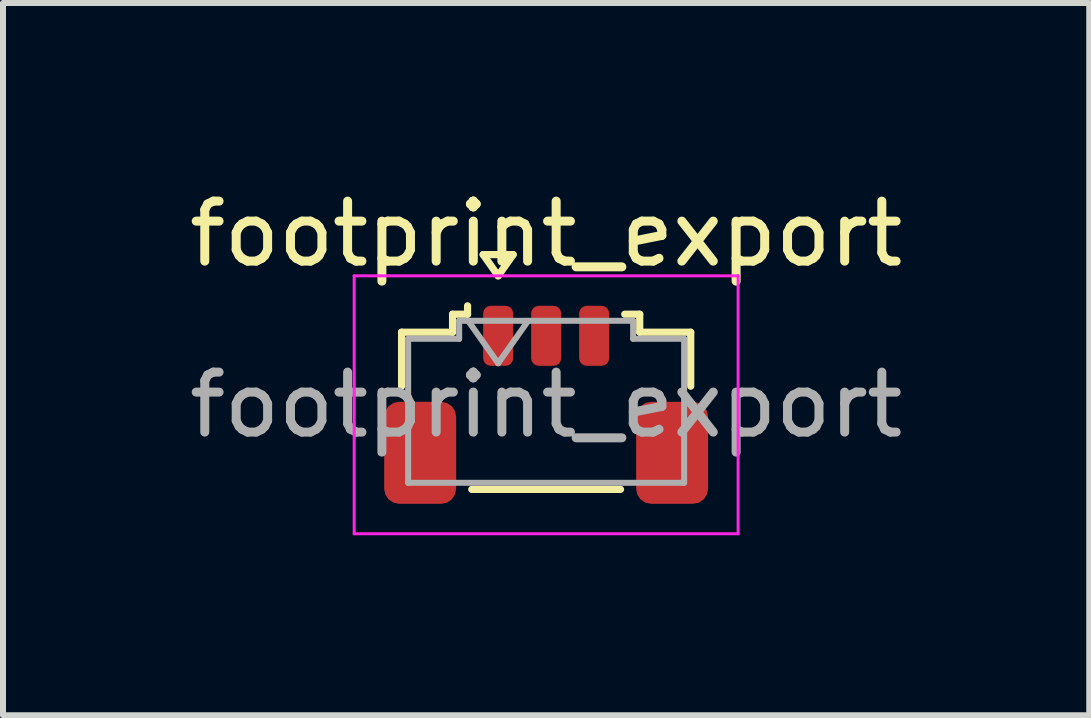
<source format=kicad_pcb>
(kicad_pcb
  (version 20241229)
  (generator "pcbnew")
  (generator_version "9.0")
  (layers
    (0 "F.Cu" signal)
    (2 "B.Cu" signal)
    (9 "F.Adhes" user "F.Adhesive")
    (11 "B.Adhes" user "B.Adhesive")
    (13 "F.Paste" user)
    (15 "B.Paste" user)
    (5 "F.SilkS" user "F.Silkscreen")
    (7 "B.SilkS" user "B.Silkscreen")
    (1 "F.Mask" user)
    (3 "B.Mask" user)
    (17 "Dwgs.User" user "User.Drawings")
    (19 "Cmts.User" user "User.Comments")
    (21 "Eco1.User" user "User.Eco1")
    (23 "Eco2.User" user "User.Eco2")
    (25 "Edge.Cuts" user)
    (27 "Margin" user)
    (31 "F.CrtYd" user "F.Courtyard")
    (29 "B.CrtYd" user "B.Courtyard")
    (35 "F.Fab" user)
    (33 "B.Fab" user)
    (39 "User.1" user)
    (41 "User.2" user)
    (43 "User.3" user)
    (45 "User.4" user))
  (footprint "footprint_export"
    (layer "F.Cu")
    (at 6.054 3.698)
    (property "Reference" "footprint_export" (at 0 -2.85 0) (layer "F.SilkS") (effects (font (size 1 1) (thickness 0.15))))
    (attr smd)
    (fp_line (start -2.41 -1.21) (end -1.56 -1.21) (stroke (width 0.12) (type solid)) (layer "F.SilkS"))
    (fp_line (start -2.41 -0.31) (end -2.41 -1.21) (stroke (width 0.12) (type solid)) (layer "F.SilkS"))
    (fp_line (start -1.56 -1.51) (end -1.31 -1.51) (stroke (width 0.12) (type solid)) (layer "F.SilkS"))
    (fp_line (start -1.56 -1.21) (end -1.56 -1.51) (stroke (width 0.12) (type solid)) (layer "F.SilkS"))
    (fp_line (start -1.31 -1.51) (end -1.31 -1.65) (stroke (width 0.12) (type solid)) (layer "F.SilkS"))
    (fp_line (start -1.24 1.41) (end 1.24 1.41) (stroke (width 0.12) (type solid)) (layer "F.SilkS"))
    (fp_line (start -1.05 -2.504) (end -0.8 -2.15) (stroke (width 0.12) (type solid)) (layer "F.SilkS"))
    (fp_line (start -0.8 -2.15) (end -0.55 -2.504) (stroke (width 0.12) (type solid)) (layer "F.SilkS"))
    (fp_line (start -0.55 -2.504) (end -1.05 -2.504) (stroke (width 0.12) (type solid)) (layer "F.SilkS"))
    (fp_line (start 1.56 -1.51) (end 1.31 -1.51) (stroke (width 0.12) (type solid)) (layer "F.SilkS"))
    (fp_line (start 1.56 -1.21) (end 1.56 -1.51) (stroke (width 0.12) (type solid)) (layer "F.SilkS"))
    (fp_line (start 2.41 -1.21) (end 1.56 -1.21) (stroke (width 0.12) (type solid)) (layer "F.SilkS"))
    (fp_line (start 2.41 -0.31) (end 2.41 -1.21) (stroke (width 0.12) (type solid)) (layer "F.SilkS"))
    (fp_line (start -3.2 -2.15) (end -3.2 2.15) (stroke (width 0.05) (type solid)) (layer "F.CrtYd"))
    (fp_line (start -3.2 2.15) (end 3.2 2.15) (stroke (width 0.05) (type solid)) (layer "F.CrtYd"))
    (fp_line (start 3.2 -2.15) (end -3.2 -2.15) (stroke (width 0.05) (type solid)) (layer "F.CrtYd"))
    (fp_line (start 3.2 2.15) (end 3.2 -2.15) (stroke (width 0.05) (type solid)) (layer "F.CrtYd"))
    (fp_line (start -2.3 -1.1) (end -2.3 1.3) (stroke (width 0.1) (type solid)) (layer "F.Fab"))
    (fp_line (start -2.3 -1.1) (end -1.45 -1.1) (stroke (width 0.1) (type solid)) (layer "F.Fab"))
    (fp_line (start -2.3 1.3) (end 2.3 1.3) (stroke (width 0.1) (type solid)) (layer "F.Fab"))
    (fp_line (start -1.45 -1.4) (end 1.45 -1.4) (stroke (width 0.1) (type solid)) (layer "F.Fab"))
    (fp_line (start -1.45 -1.1) (end -1.45 -1.4) (stroke (width 0.1) (type solid)) (layer "F.Fab"))
    (fp_line (start -1.3 -1.4) (end -0.8 -0.693) (stroke (width 0.1) (type solid)) (layer "F.Fab"))
    (fp_line (start -0.8 -0.693) (end -0.3 -1.4) (stroke (width 0.1) (type solid)) (layer "F.Fab"))
    (fp_line (start 1.45 -1.4) (end 1.45 -1.1) (stroke (width 0.1) (type solid)) (layer "F.Fab"))
    (fp_line (start 1.45 -1.1) (end 2.3 -1.1) (stroke (width 0.1) (type solid)) (layer "F.Fab"))
    (fp_line (start 2.3 -1.1) (end 2.3 1.3) (stroke (width 0.1) (type solid)) (layer "F.Fab"))
    (fp_text user "${REFERENCE}" (at 0 0 0) (layer "F.Fab") (effects (font (size 1 1) (thickness 0.15))))
    (pad "1" smd roundrect (at -0.8 -1.15) (size 0.5 1) (layers "F.Cu" "F.Mask" "F.Paste") (roundrect_rratio 0.25))
    (pad "2" smd roundrect (at 0 -1.15) (size 0.5 1) (layers "F.Cu" "F.Mask" "F.Paste") (roundrect_rratio 0.25))
    (pad "3" smd roundrect (at 0.8 -1.15) (size 0.5 1) (layers "F.Cu" "F.Mask" "F.Paste") (roundrect_rratio 0.25))
    (pad "MP" smd roundrect (at -2.1 0.8) (size 1.2 1.7) (layers "F.Cu" "F.Mask" "F.Paste") (roundrect_rratio 0.208))
    (pad "MP" smd roundrect (at 2.1 0.8) (size 1.2 1.7) (layers "F.Cu" "F.Mask" "F.Paste") (roundrect_rratio 0.208)))
  (gr_rect
    (start -3 -3)
    (end 15.107 8.873)
    (stroke (width 0.1) (type default))
    (fill no)
    (layer "Edge.Cuts")))
</source>
